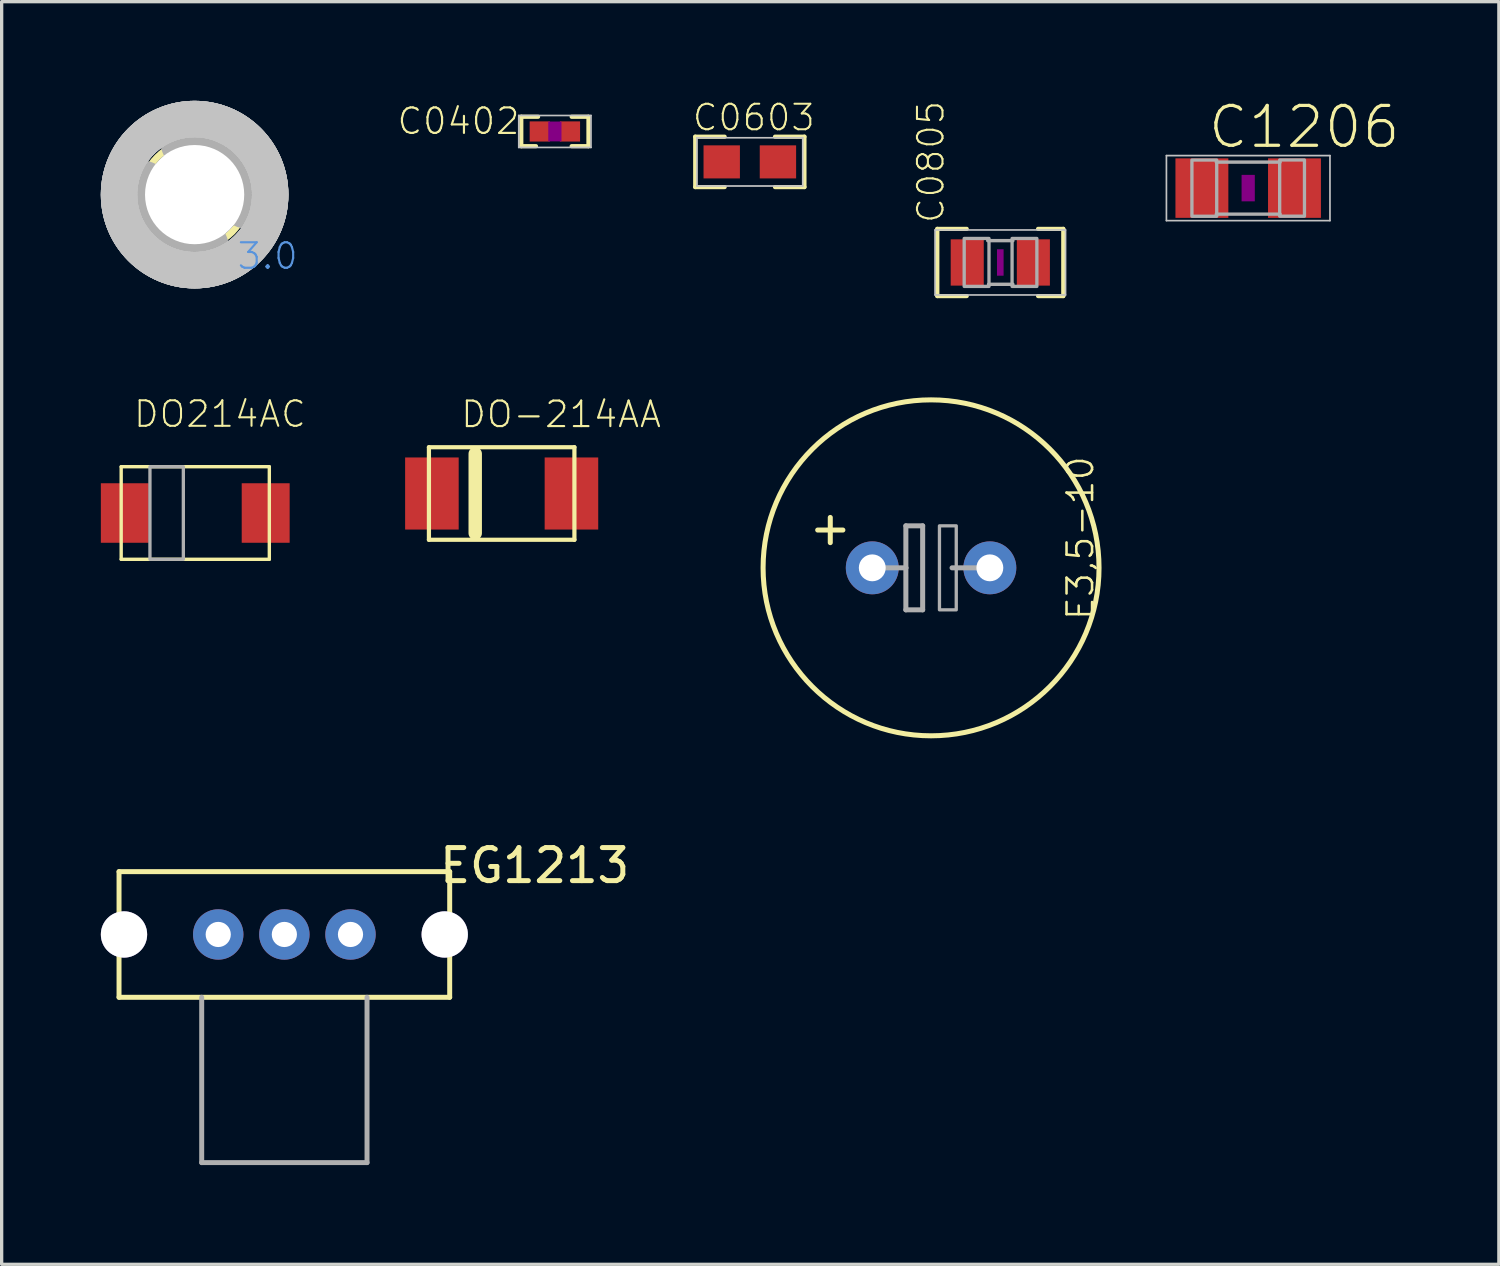
<source format=kicad_pcb>
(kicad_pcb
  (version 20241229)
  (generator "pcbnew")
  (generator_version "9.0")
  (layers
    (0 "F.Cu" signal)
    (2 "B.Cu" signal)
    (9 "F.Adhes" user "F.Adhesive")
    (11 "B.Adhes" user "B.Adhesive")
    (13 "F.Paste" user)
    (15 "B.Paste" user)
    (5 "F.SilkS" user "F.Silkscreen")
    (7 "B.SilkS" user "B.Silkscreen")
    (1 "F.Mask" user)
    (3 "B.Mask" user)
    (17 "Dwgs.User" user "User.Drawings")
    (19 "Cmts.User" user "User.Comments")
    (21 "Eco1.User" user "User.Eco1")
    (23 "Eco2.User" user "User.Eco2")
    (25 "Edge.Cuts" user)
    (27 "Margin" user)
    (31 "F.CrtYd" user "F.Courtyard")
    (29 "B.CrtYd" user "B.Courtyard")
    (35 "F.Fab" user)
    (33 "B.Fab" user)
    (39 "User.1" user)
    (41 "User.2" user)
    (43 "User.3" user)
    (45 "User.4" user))
  (footprint "C0603"
    (layer "F.Cu")
    (at 19.627 1.846)
    (property "Reference" "C0603" (at -1.778 -0.889 0) (layer "F.SilkS") (effects (font (size 0.772 0.772) (thickness 0.062)) (justify left bottom)))
    (attr through_hole)
    (fp_line (start -1.651 -0.762) (end -1.651 0.762) (stroke (width 0.127) (type solid)) (layer "F.SilkS"))
    (fp_line (start -1.651 0.762) (end -0.762 0.762) (stroke (width 0.127) (type solid)) (layer "F.SilkS"))
    (fp_line (start -0.762 -0.762) (end -1.651 -0.762) (stroke (width 0.127) (type solid)) (layer "F.SilkS"))
    (fp_line (start 0.762 -0.762) (end 1.651 -0.762) (stroke (width 0.127) (type solid)) (layer "F.SilkS"))
    (fp_line (start 1.651 -0.762) (end 1.651 0.762) (stroke (width 0.127) (type solid)) (layer "F.SilkS"))
    (fp_line (start 1.651 0.762) (end 0.762 0.762) (stroke (width 0.127) (type solid)) (layer "F.SilkS"))
    (fp_line (start -1.6 -0.729) (end 1.6 -0.729) (stroke (width 0.051) (type solid)) (layer "Dwgs.User"))
    (fp_line (start -1.6 0.729) (end -1.6 -0.729) (stroke (width 0.051) (type solid)) (layer "Dwgs.User"))
    (fp_line (start 1.6 -0.729) (end 1.6 0.729) (stroke (width 0.051) (type solid)) (layer "Dwgs.User"))
    (fp_line (start 1.6 0.729) (end -1.6 0.729) (stroke (width 0.051) (type solid)) (layer "Dwgs.User"))
    (pad "1" smd rect (at -0.85 0) (size 1.1 1) (layers "F.Cu" "F.Mask" "F.Paste"))
    (pad "2" smd rect (at 0.85 0) (size 1.1 1) (layers "F.Cu" "F.Mask" "F.Paste")))
  (footprint "EG1213"
    (layer "F.Cu")
    (at 5.55 25.211)
    (property "Reference" "EG1213" (at 7.569 -2.083 0) (layer "F.SilkS") (effects (font (size 1 1) (thickness 0.15))))
    (attr through_hole)
    (fp_line (start -5 -1.9) (end 5 -1.9) (stroke (width 0.15) (type solid)) (layer "F.SilkS"))
    (fp_line (start -5 1.9) (end -5 -1.9) (stroke (width 0.15) (type solid)) (layer "F.SilkS"))
    (fp_line (start 5 -1.9) (end 5 1.9) (stroke (width 0.15) (type solid)) (layer "F.SilkS"))
    (fp_line (start 5 1.9) (end -5 1.9) (stroke (width 0.15) (type solid)) (layer "F.SilkS"))
    (fp_line (start -2.5 1.9) (end -2.5 6.9) (stroke (width 0.15) (type solid)) (layer "F.Fab"))
    (fp_line (start -2.5 6.9) (end 2.5 6.9) (stroke (width 0.15) (type solid)) (layer "F.Fab"))
    (fp_line (start 2.5 6.9) (end 2.5 1.9) (stroke (width 0.15) (type solid)) (layer "F.Fab"))
    (pad "1" thru_hole circle (at -2 0) (size 1.524 1.524) (drill 0.762) (layers "*.Cu" "*.Mask"))
    (pad "2" thru_hole circle (at 0 0) (size 1.524 1.524) (drill 0.762) (layers "*.Cu" "*.Mask"))
    (pad "3" thru_hole circle (at 2 0) (size 1.524 1.524) (drill 0.762) (layers "*.Cu" "*.Mask"))
    (pad "S" thru_hole circle (at -4.85 0) (size 1.4 1.4) (drill 1.4) (layers "*.Cu" "*.Mask"))
    (pad "S" thru_hole circle (at 4.85 0) (size 1.4 1.4) (drill 1.4) (layers "*.Cu" "*.Mask")))
  (footprint "DO214AC"
    (layer "F.Cu")
    (at 2.855 12.465)
    (property "Reference" "DO214AC" (at -1.905 -2.54 0) (layer "F.SilkS") (effects (font (size 0.772 0.772) (thickness 0.062)) (justify left bottom)))
    (attr through_hole)
    (fp_line (start -2.24 -1.4) (end 2.24 -1.4) (stroke (width 0.102) (type solid)) (layer "F.SilkS"))
    (fp_line (start -2.24 1.4) (end -2.24 -1.4) (stroke (width 0.102) (type solid)) (layer "F.SilkS"))
    (fp_line (start 2.24 -1.4) (end 2.24 1.4) (stroke (width 0.102) (type solid)) (layer "F.SilkS"))
    (fp_line (start 2.24 1.4) (end -2.24 1.4) (stroke (width 0.102) (type solid)) (layer "F.SilkS"))
    (fp_poly (pts (xy -1.37 1.4) (xy -0.36 1.4) (xy -0.36 -1.4) (xy -1.37 -1.4)) (stroke (width 0.1) (type solid)) (fill no) (layer "F.Fab"))
    (pad "A" smd rect (at 2.13 0 180) (size 1.45 1.8) (layers "F.Cu" "F.Mask" "F.Paste"))
    (pad "C" smd rect (at -2.13 0) (size 1.45 1.8) (layers "F.Cu" "F.Mask" "F.Paste")))
  (footprint "C0805"
    (layer "F.Cu")
    (at 27.202 4.888)
    (property "Reference" "C0805" (at -1.651 -1.143 90) (layer "F.SilkS") (effects (font (size 0.772 0.772) (thickness 0.062)) (justify left bottom)))
    (attr through_hole)
    (fp_line (start -1.905 -1.016) (end -1.905 1.016) (stroke (width 0.127) (type solid)) (layer "F.SilkS"))
    (fp_line (start -1.905 1.016) (end -1.016 1.016) (stroke (width 0.127) (type solid)) (layer "F.SilkS"))
    (fp_line (start -1.016 -1.016) (end -1.905 -1.016) (stroke (width 0.127) (type solid)) (layer "F.SilkS"))
    (fp_line (start 1.143 -1.016) (end 1.905 -1.016) (stroke (width 0.127) (type solid)) (layer "F.SilkS"))
    (fp_line (start 1.905 -1.016) (end 1.905 1.016) (stroke (width 0.127) (type solid)) (layer "F.SilkS"))
    (fp_line (start 1.905 1.016) (end 1.143 1.016) (stroke (width 0.127) (type solid)) (layer "F.SilkS"))
    (fp_poly (pts (xy -0.1 0.4) (xy 0.1 0.4) (xy 0.1 -0.4) (xy -0.1 -0.4)) (stroke (width 0) (type solid)) (fill yes) (layer "F.Adhes"))
    (fp_line (start -1.973 -0.983) (end 1.973 -0.983) (stroke (width 0.051) (type solid)) (layer "Dwgs.User"))
    (fp_line (start -1.973 0.983) (end -1.973 -0.983) (stroke (width 0.051) (type solid)) (layer "Dwgs.User"))
    (fp_line (start 1.973 -0.983) (end 1.973 0.983) (stroke (width 0.051) (type solid)) (layer "Dwgs.User"))
    (fp_line (start 1.973 0.983) (end -1.973 0.983) (stroke (width 0.051) (type solid)) (layer "Dwgs.User"))
    (fp_line (start -0.381 -0.66) (end 0.381 -0.66) (stroke (width 0.102) (type solid)) (layer "F.Fab"))
    (fp_line (start -0.356 0.66) (end 0.381 0.66) (stroke (width 0.102) (type solid)) (layer "F.Fab"))
    (fp_poly (pts (xy -1.092 0.724) (xy -0.342 0.724) (xy -0.342 -0.726) (xy -1.092 -0.726)) (stroke (width 0.1) (type solid)) (fill no) (layer "F.Fab"))
    (fp_poly (pts (xy 0.356 0.724) (xy 1.106 0.724) (xy 1.106 -0.726) (xy 0.356 -0.726)) (stroke (width 0.1) (type solid)) (fill no) (layer "F.Fab"))
    (pad "1" smd rect (at -1 0) (size 1 1.4) (layers "F.Cu" "F.Mask" "F.Paste"))
    (pad "2" smd rect (at 1 0) (size 1 1.4) (layers "F.Cu" "F.Mask" "F.Paste")))
  (footprint "C0402"
    (layer "F.Cu")
    (at 13.731 0.926)
    (property "Reference" "C0402" (at -1.016 -0.762 0) (layer "F.SilkS") (effects (font (size 0.772 0.772) (thickness 0.065)) (justify right top)))
    (attr through_hole)
    (fp_line (start -1.016 -0.445) (end -1.016 0.445) (stroke (width 0.127) (type solid)) (layer "F.SilkS"))
    (fp_line (start -1.016 0.445) (end -0.572 0.445) (stroke (width 0.127) (type solid)) (layer "F.SilkS"))
    (fp_line (start -0.508 -0.445) (end -1.016 -0.445) (stroke (width 0.127) (type solid)) (layer "F.SilkS"))
    (fp_line (start 0.508 -0.445) (end 1.016 -0.445) (stroke (width 0.127) (type solid)) (layer "F.SilkS"))
    (fp_line (start 1.016 -0.445) (end 1.016 0.445) (stroke (width 0.127) (type solid)) (layer "F.SilkS"))
    (fp_line (start 1.016 0.445) (end 0.508 0.445) (stroke (width 0.127) (type solid)) (layer "F.SilkS"))
    (fp_poly (pts (xy -0.2 0.3) (xy 0.2 0.3) (xy 0.2 -0.3) (xy -0.2 -0.3)) (stroke (width 0) (type solid)) (fill yes) (layer "F.Adhes"))
    (fp_line (start -1.092 -0.483) (end 1.092 -0.483) (stroke (width 0.051) (type solid)) (layer "Dwgs.User"))
    (fp_line (start -1.092 0.483) (end -1.092 -0.483) (stroke (width 0.051) (type solid)) (layer "Dwgs.User"))
    (fp_line (start 1.092 -0.483) (end 1.092 0.483) (stroke (width 0.051) (type solid)) (layer "Dwgs.User"))
    (fp_line (start 1.092 0.483) (end -1.092 0.483) (stroke (width 0.051) (type solid)) (layer "Dwgs.User"))
    (pad "1" smd rect (at -0.457 0) (size 0.61 0.61) (layers "F.Cu" "F.Mask" "F.Paste"))
    (pad "2" smd rect (at 0.457 0) (size 0.61 0.61) (layers "F.Cu" "F.Mask" "F.Paste")))
  (footprint "C1206"
    (layer "F.Cu")
    (at 34.699 2.639)
    (property "Reference" "C1206" (at -1.27 -1.143 180) (layer "F.SilkS") (effects (font (size 1.206 1.206) (thickness 0.097)) (justify left bottom)))
    (attr through_hole)
    (fp_poly (pts (xy -0.2 0.4) (xy 0.2 0.4) (xy 0.2 -0.4) (xy -0.2 -0.4)) (stroke (width 0) (type solid)) (fill yes) (layer "F.Adhes"))
    (fp_line (start -2.473 -0.983) (end 2.473 -0.983) (stroke (width 0.051) (type solid)) (layer "Dwgs.User"))
    (fp_line (start -2.473 0.983) (end -2.473 -0.983) (stroke (width 0.051) (type solid)) (layer "Dwgs.User"))
    (fp_line (start 2.473 -0.983) (end 2.473 0.983) (stroke (width 0.051) (type solid)) (layer "Dwgs.User"))
    (fp_line (start 2.473 0.983) (end -2.473 0.983) (stroke (width 0.051) (type solid)) (layer "Dwgs.User"))
    (fp_line (start -0.965 -0.787) (end 0.965 -0.787) (stroke (width 0.102) (type solid)) (layer "F.Fab"))
    (fp_line (start -0.965 0.787) (end 0.965 0.787) (stroke (width 0.102) (type solid)) (layer "F.Fab"))
    (fp_poly (pts (xy -1.702 0.851) (xy -0.952 0.851) (xy -0.952 -0.849) (xy -1.702 -0.849)) (stroke (width 0.1) (type solid)) (fill no) (layer "F.Fab"))
    (fp_poly (pts (xy 0.952 0.849) (xy 1.702 0.849) (xy 1.702 -0.851) (xy 0.952 -0.851)) (stroke (width 0.1) (type solid)) (fill no) (layer "F.Fab"))
    (pad "1" smd rect (at -1.4 0) (size 1.6 1.8) (layers "F.Cu" "F.Mask" "F.Paste"))
    (pad "2" smd rect (at 1.4 0) (size 1.6 1.8) (layers "F.Cu" "F.Mask" "F.Paste")))
  (footprint "3,0"
    (layer "F.Cu")
    (at 2.836 2.836)
    (property "Reference" "3,0" (at 0 0 0) (layer "F.SilkS") (effects (font (size 1.27 1.27) (thickness 0.15))))
    (attr through_hole)
    (fp_circle (center 0 0) (end 1.6 0) (stroke (width 0.203) (type solid)) (fill no) (layer "F.SilkS"))
    (fp_circle (center 0 0) (end 2.75 0) (stroke (width 0.152) (type solid)) (fill no) (layer "F.SilkS"))
    (fp_circle (center 0 0) (end 2.286 0) (stroke (width 1.1) (type solid)) (fill no) (layer "Dwgs.User"))
    (fp_circle (center 0 0) (end 2.286 0) (stroke (width 1.1) (type solid)) (fill no) (layer "Dwgs.User"))
    (fp_circle (center 0 0) (end 2.286 0) (stroke (width 1.1) (type solid)) (fill no) (layer "Dwgs.User"))
    (fp_circle (center 0 0) (end 2.286 0) (stroke (width 1.1) (type solid)) (fill no) (layer "Dwgs.User"))
    (fp_circle (center 0 0) (end 2.286 0) (stroke (width 1.1) (type solid)) (fill no) (layer "Dwgs.User"))
    (fp_arc (start 0 -1.651) (mid 1.167433 -1.167433) (end 1.651 0) (stroke (width 2.0828) (type solid)) (layer "F.Fab"))
    (fp_arc (start 0 1.651) (mid -1.167433 1.167433) (end -1.651 0) (stroke (width 2.0828) (type solid)) (layer "F.Fab"))
    (fp_circle (center 0 0) (end 0.762 0) (stroke (width 0.457) (type solid)) (fill no) (layer "F.Fab"))
    (fp_text user "3.0" (at 1.246 2.31 0) (layer "Cmts.User") (effects (font (size 0.772 0.772) (thickness 0.065)) (justify left bottom)))
    (pad "" np_thru_hole circle (at 0 0) (size 3 3) (drill 3) (layers "*.Cu" "*.Mask")))
  (footprint "E3,5-10"
    (layer "F.Cu")
    (at 25.108 14.123)
    (property "Reference" "E3,5-10" (at 4.064 -3.429 270) (layer "F.SilkS") (effects (font (size 0.772 0.772) (thickness 0.077)) (justify right top)))
    (attr through_hole)
    (fp_line (start -3.429 -1.143) (end -2.667 -1.143) (stroke (width 0.152) (type solid)) (layer "F.SilkS"))
    (fp_line (start -3.048 -0.762) (end -3.048 -1.524) (stroke (width 0.152) (type solid)) (layer "F.SilkS"))
    (fp_circle (center 0 0) (end 5.08 0) (stroke (width 0.152) (type solid)) (fill no) (layer "F.SilkS"))
    (fp_line (start -1.651 0) (end -0.762 0) (stroke (width 0.152) (type solid)) (layer "F.Fab"))
    (fp_line (start -0.762 -1.27) (end -0.762 0) (stroke (width 0.152) (type solid)) (layer "F.Fab"))
    (fp_line (start -0.762 0) (end -0.762 1.27) (stroke (width 0.152) (type solid)) (layer "F.Fab"))
    (fp_line (start -0.762 1.27) (end -0.254 1.27) (stroke (width 0.152) (type solid)) (layer "F.Fab"))
    (fp_line (start -0.254 -1.27) (end -0.762 -1.27) (stroke (width 0.152) (type solid)) (layer "F.Fab"))
    (fp_line (start -0.254 1.27) (end -0.254 -1.27) (stroke (width 0.152) (type solid)) (layer "F.Fab"))
    (fp_line (start 0.635 0) (end 1.651 0) (stroke (width 0.152) (type solid)) (layer "F.Fab"))
    (fp_poly (pts (xy 0.254 1.27) (xy 0.762 1.27) (xy 0.762 -1.27) (xy 0.254 -1.27)) (stroke (width 0.1) (type solid)) (fill no) (layer "F.Fab"))
    (pad "+" thru_hole circle (at -1.778 0) (size 1.6 1.6) (drill 0.813) (layers "*.Cu" "*.Mask"))
    (pad "-" thru_hole circle (at 1.778 0) (size 1.6 1.6) (drill 0.813) (layers "*.Cu" "*.Mask")))
  (footprint "DO-214AA"
    (layer "F.Cu")
    (at 12.122 11.875)
    (property "Reference" "DO-214AA" (at -1.278 -1.941 0) (layer "F.SilkS") (effects (font (size 0.772 0.772) (thickness 0.065)) (justify left bottom)))
    (attr through_hole)
    (fp_line (start -2.2 -1.4) (end -2.2 1.4) (stroke (width 0.127) (type solid)) (layer "F.SilkS"))
    (fp_line (start -2.2 1.4) (end 2.2 1.4) (stroke (width 0.127) (type solid)) (layer "F.SilkS"))
    (fp_line (start -0.8 -1.2) (end -0.8 1.2) (stroke (width 0.406) (type solid)) (layer "F.SilkS"))
    (fp_line (start 2.2 -1.4) (end -2.2 -1.4) (stroke (width 0.127) (type solid)) (layer "F.SilkS"))
    (fp_line (start 2.2 1.4) (end 2.2 -1.4) (stroke (width 0.127) (type solid)) (layer "F.SilkS"))
    (pad "1" smd rect (at -2.11 0 90) (size 2.18 1.62) (layers "F.Cu" "F.Mask" "F.Paste"))
    (pad "2" smd rect (at 2.11 0 90) (size 2.18 1.62) (layers "F.Cu" "F.Mask" "F.Paste")))
  (gr_rect
    (start -3 -3)
    (end 42.28 35.186)
    (stroke (width 0.1) (type default))
    (fill no)
    (layer "Edge.Cuts")))
</source>
